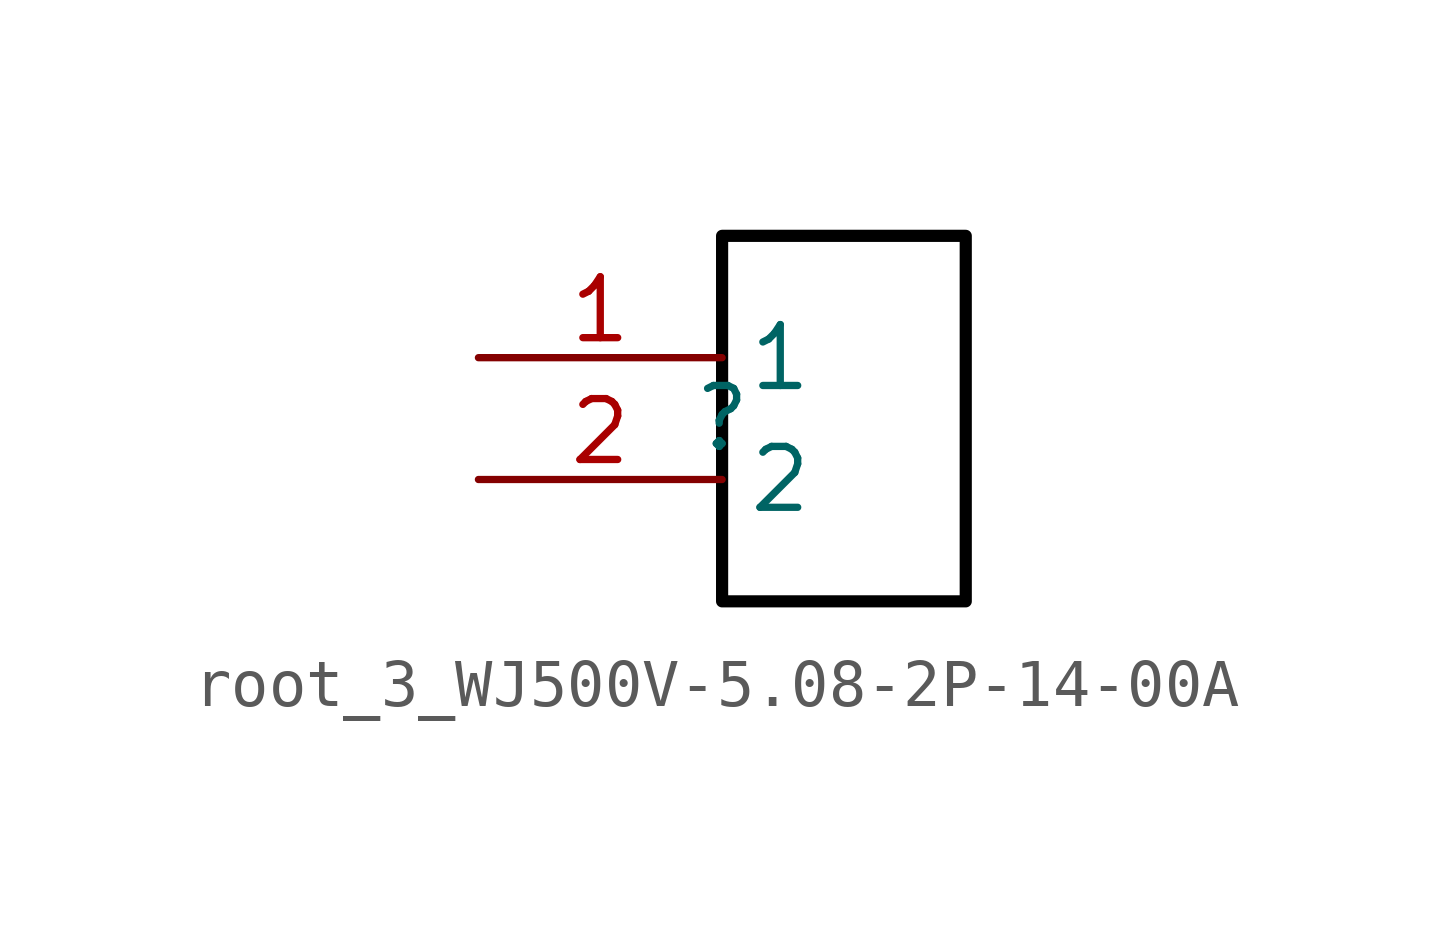
<source format=kicad_sym>
(kicad_symbol_lib
  (version 20231120)
  (generator "kicad_symbol_editor")
  (generator_version "8.0")
  (symbol "root_3_WJ500V-5.08-2P-14-00A"
    (property "Reference" ""
      (at 0 0 0)
      (effects (font (size 1.27 1.27))))
    (property "Value" ""
      (at 0 0 0)
      (effects (font (size 1.27 1.27))))
    (symbol "root_3_WJ500V-5.08-2P-14-00A_1_0"
      (rectangle (start 0 3.81) (end 5.08 -3.81) (stroke (width 0.254) (type solid) (color 0 0 0 1)) (fill (type none)))
      (pin passive line (at -5.08 1.27 0) (length 5.08) (name "1" (effects (font (size 1.27 1.27)))) (number "1" (effects (font (size 1.27 1.27)))))
      (pin passive line (at -5.08 -1.27 0) (length 5.08) (name "2" (effects (font (size 1.27 1.27)))) (number "2" (effects (font (size 1.27 1.27))))))))
</source>
